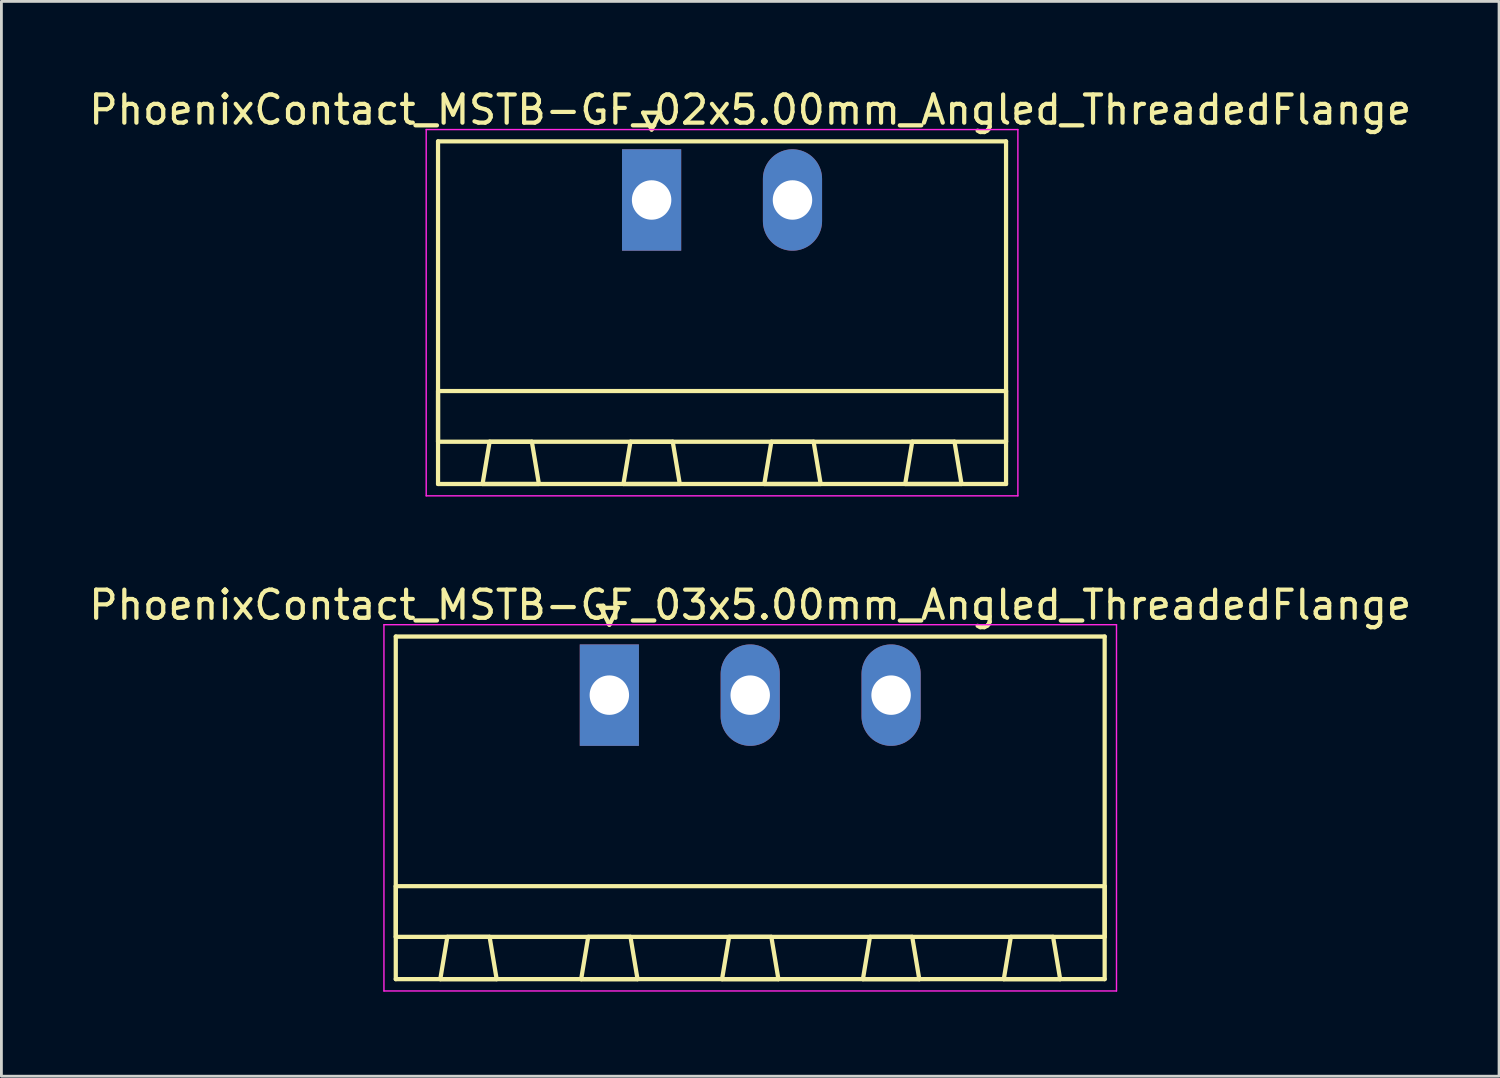
<source format=kicad_pcb>
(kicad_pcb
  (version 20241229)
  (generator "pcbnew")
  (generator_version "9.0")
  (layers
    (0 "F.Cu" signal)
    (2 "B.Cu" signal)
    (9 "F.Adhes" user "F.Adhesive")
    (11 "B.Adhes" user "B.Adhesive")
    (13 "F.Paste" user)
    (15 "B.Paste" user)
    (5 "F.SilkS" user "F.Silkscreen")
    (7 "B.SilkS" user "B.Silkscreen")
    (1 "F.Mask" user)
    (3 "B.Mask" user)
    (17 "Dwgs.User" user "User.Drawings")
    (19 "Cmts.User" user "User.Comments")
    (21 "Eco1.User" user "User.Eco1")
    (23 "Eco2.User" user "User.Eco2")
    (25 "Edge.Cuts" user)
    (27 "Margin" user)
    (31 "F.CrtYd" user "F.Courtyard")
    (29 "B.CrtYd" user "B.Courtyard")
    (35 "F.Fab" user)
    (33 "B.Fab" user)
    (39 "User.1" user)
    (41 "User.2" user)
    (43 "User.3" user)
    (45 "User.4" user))
  (footprint "PhoenixContact_MSTB-GF_03x5.00mm_Angled_ThreadedFlange"
    (layer "F.Cu")
    (at 18.577 21.622)
    (property "Reference" "PhoenixContact_MSTB-GF_03x5.00mm_Angled_ThreadedFlange" (at 5 -3.2 0) (layer "F.SilkS") (effects (font (size 1 1) (thickness 0.15))))
    (attr through_hole)
    (fp_line (start -7.58 -2.08) (end -7.58 10.08) (stroke (width 0.15) (type solid)) (layer "F.SilkS"))
    (fp_line (start -7.58 6.78) (end 17.58 6.78) (stroke (width 0.15) (type solid)) (layer "F.SilkS"))
    (fp_line (start -7.58 8.58) (end -7.58 6.78) (stroke (width 0.15) (type solid)) (layer "F.SilkS"))
    (fp_line (start -7.58 10.08) (end 17.58 10.08) (stroke (width 0.15) (type solid)) (layer "F.SilkS"))
    (fp_line (start -6 10.08) (end -4 10.08) (stroke (width 0.15) (type solid)) (layer "F.SilkS"))
    (fp_line (start -5.75 8.58) (end -6 10.08) (stroke (width 0.15) (type solid)) (layer "F.SilkS"))
    (fp_line (start -4.25 8.58) (end -5.75 8.58) (stroke (width 0.15) (type solid)) (layer "F.SilkS"))
    (fp_line (start -4 10.08) (end -4.25 8.58) (stroke (width 0.15) (type solid)) (layer "F.SilkS"))
    (fp_line (start -1 10.08) (end 1 10.08) (stroke (width 0.15) (type solid)) (layer "F.SilkS"))
    (fp_line (start -0.75 8.58) (end -1 10.08) (stroke (width 0.15) (type solid)) (layer "F.SilkS"))
    (fp_line (start -0.3 -3.1) (end 0 -2.5) (stroke (width 0.15) (type solid)) (layer "F.SilkS"))
    (fp_line (start 0 -2.5) (end 0.3 -3.1) (stroke (width 0.15) (type solid)) (layer "F.SilkS"))
    (fp_line (start 0.3 -3.1) (end -0.3 -3.1) (stroke (width 0.15) (type solid)) (layer "F.SilkS"))
    (fp_line (start 0.75 8.58) (end -0.75 8.58) (stroke (width 0.15) (type solid)) (layer "F.SilkS"))
    (fp_line (start 1 10.08) (end 0.75 8.58) (stroke (width 0.15) (type solid)) (layer "F.SilkS"))
    (fp_line (start 4 10.08) (end 6 10.08) (stroke (width 0.15) (type solid)) (layer "F.SilkS"))
    (fp_line (start 4.25 8.58) (end 4 10.08) (stroke (width 0.15) (type solid)) (layer "F.SilkS"))
    (fp_line (start 5.75 8.58) (end 4.25 8.58) (stroke (width 0.15) (type solid)) (layer "F.SilkS"))
    (fp_line (start 6 10.08) (end 5.75 8.58) (stroke (width 0.15) (type solid)) (layer "F.SilkS"))
    (fp_line (start 9 10.08) (end 11 10.08) (stroke (width 0.15) (type solid)) (layer "F.SilkS"))
    (fp_line (start 9.25 8.58) (end 9 10.08) (stroke (width 0.15) (type solid)) (layer "F.SilkS"))
    (fp_line (start 10.75 8.58) (end 9.25 8.58) (stroke (width 0.15) (type solid)) (layer "F.SilkS"))
    (fp_line (start 11 10.08) (end 10.75 8.58) (stroke (width 0.15) (type solid)) (layer "F.SilkS"))
    (fp_line (start 14 10.08) (end 16 10.08) (stroke (width 0.15) (type solid)) (layer "F.SilkS"))
    (fp_line (start 14.25 8.58) (end 14 10.08) (stroke (width 0.15) (type solid)) (layer "F.SilkS"))
    (fp_line (start 15.75 8.58) (end 14.25 8.58) (stroke (width 0.15) (type solid)) (layer "F.SilkS"))
    (fp_line (start 16 10.08) (end 15.75 8.58) (stroke (width 0.15) (type solid)) (layer "F.SilkS"))
    (fp_line (start 17.58 -2.08) (end -7.58 -2.08) (stroke (width 0.15) (type solid)) (layer "F.SilkS"))
    (fp_line (start 17.58 6.78) (end 17.58 8.58) (stroke (width 0.15) (type solid)) (layer "F.SilkS"))
    (fp_line (start 17.58 8.58) (end -7.58 8.58) (stroke (width 0.15) (type solid)) (layer "F.SilkS"))
    (fp_line (start 17.58 10.08) (end 17.58 -2.08) (stroke (width 0.15) (type solid)) (layer "F.SilkS"))
    (fp_line (start -8 -2.5) (end -8 10.5) (stroke (width 0.05) (type solid)) (layer "F.CrtYd"))
    (fp_line (start -8 10.5) (end 18 10.5) (stroke (width 0.05) (type solid)) (layer "F.CrtYd"))
    (fp_line (start 18 -2.5) (end -8 -2.5) (stroke (width 0.05) (type solid)) (layer "F.CrtYd"))
    (fp_line (start 18 10.5) (end 18 -2.5) (stroke (width 0.05) (type solid)) (layer "F.CrtYd"))
    (pad "1" thru_hole rect (at 0 0) (size 2.1 3.6) (drill 1.4) (layers "*.Cu" "*.Mask"))
    (pad "2" thru_hole oval (at 5 0) (size 2.1 3.6) (drill 1.4) (layers "*.Cu" "*.Mask"))
    (pad "3" thru_hole oval (at 10 0) (size 2.1 3.6) (drill 1.4) (layers "*.Cu" "*.Mask")))
  (footprint "PhoenixContact_MSTB-GF_02x5.00mm_Angled_ThreadedFlange"
    (layer "F.Cu")
    (at 20.077 4.048)
    (property "Reference" "PhoenixContact_MSTB-GF_02x5.00mm_Angled_ThreadedFlange" (at 3.5 -3.2 0) (layer "F.SilkS") (effects (font (size 1 1) (thickness 0.15))))
    (attr through_hole)
    (fp_line (start -7.58 -2.08) (end -7.58 10.08) (stroke (width 0.15) (type solid)) (layer "F.SilkS"))
    (fp_line (start -7.58 6.78) (end 12.58 6.78) (stroke (width 0.15) (type solid)) (layer "F.SilkS"))
    (fp_line (start -7.58 8.58) (end -7.58 6.78) (stroke (width 0.15) (type solid)) (layer "F.SilkS"))
    (fp_line (start -7.58 10.08) (end 12.58 10.08) (stroke (width 0.15) (type solid)) (layer "F.SilkS"))
    (fp_line (start -6 10.08) (end -4 10.08) (stroke (width 0.15) (type solid)) (layer "F.SilkS"))
    (fp_line (start -5.75 8.58) (end -6 10.08) (stroke (width 0.15) (type solid)) (layer "F.SilkS"))
    (fp_line (start -4.25 8.58) (end -5.75 8.58) (stroke (width 0.15) (type solid)) (layer "F.SilkS"))
    (fp_line (start -4 10.08) (end -4.25 8.58) (stroke (width 0.15) (type solid)) (layer "F.SilkS"))
    (fp_line (start -1 10.08) (end 1 10.08) (stroke (width 0.15) (type solid)) (layer "F.SilkS"))
    (fp_line (start -0.75 8.58) (end -1 10.08) (stroke (width 0.15) (type solid)) (layer "F.SilkS"))
    (fp_line (start -0.3 -3.1) (end 0 -2.5) (stroke (width 0.15) (type solid)) (layer "F.SilkS"))
    (fp_line (start 0 -2.5) (end 0.3 -3.1) (stroke (width 0.15) (type solid)) (layer "F.SilkS"))
    (fp_line (start 0.3 -3.1) (end -0.3 -3.1) (stroke (width 0.15) (type solid)) (layer "F.SilkS"))
    (fp_line (start 0.75 8.58) (end -0.75 8.58) (stroke (width 0.15) (type solid)) (layer "F.SilkS"))
    (fp_line (start 1 10.08) (end 0.75 8.58) (stroke (width 0.15) (type solid)) (layer "F.SilkS"))
    (fp_line (start 4 10.08) (end 6 10.08) (stroke (width 0.15) (type solid)) (layer "F.SilkS"))
    (fp_line (start 4.25 8.58) (end 4 10.08) (stroke (width 0.15) (type solid)) (layer "F.SilkS"))
    (fp_line (start 5.75 8.58) (end 4.25 8.58) (stroke (width 0.15) (type solid)) (layer "F.SilkS"))
    (fp_line (start 6 10.08) (end 5.75 8.58) (stroke (width 0.15) (type solid)) (layer "F.SilkS"))
    (fp_line (start 9 10.08) (end 11 10.08) (stroke (width 0.15) (type solid)) (layer "F.SilkS"))
    (fp_line (start 9.25 8.58) (end 9 10.08) (stroke (width 0.15) (type solid)) (layer "F.SilkS"))
    (fp_line (start 10.75 8.58) (end 9.25 8.58) (stroke (width 0.15) (type solid)) (layer "F.SilkS"))
    (fp_line (start 11 10.08) (end 10.75 8.58) (stroke (width 0.15) (type solid)) (layer "F.SilkS"))
    (fp_line (start 12.58 -2.08) (end -7.58 -2.08) (stroke (width 0.15) (type solid)) (layer "F.SilkS"))
    (fp_line (start 12.58 6.78) (end 12.58 8.58) (stroke (width 0.15) (type solid)) (layer "F.SilkS"))
    (fp_line (start 12.58 8.58) (end -7.58 8.58) (stroke (width 0.15) (type solid)) (layer "F.SilkS"))
    (fp_line (start 12.58 10.08) (end 12.58 -2.08) (stroke (width 0.15) (type solid)) (layer "F.SilkS"))
    (fp_line (start -8 -2.5) (end -8 10.5) (stroke (width 0.05) (type solid)) (layer "F.CrtYd"))
    (fp_line (start -8 10.5) (end 13 10.5) (stroke (width 0.05) (type solid)) (layer "F.CrtYd"))
    (fp_line (start 13 -2.5) (end -8 -2.5) (stroke (width 0.05) (type solid)) (layer "F.CrtYd"))
    (fp_line (start 13 10.5) (end 13 -2.5) (stroke (width 0.05) (type solid)) (layer "F.CrtYd"))
    (pad "1" thru_hole rect (at 0 0) (size 2.1 3.6) (drill 1.4) (layers "*.Cu" "*.Mask"))
    (pad "2" thru_hole oval (at 5 0) (size 2.1 3.6) (drill 1.4) (layers "*.Cu" "*.Mask")))
  (gr_rect
    (start -3 -3)
    (end 50.155 35.147)
    (stroke (width 0.1) (type default))
    (fill no)
    (layer "Edge.Cuts")))
</source>
